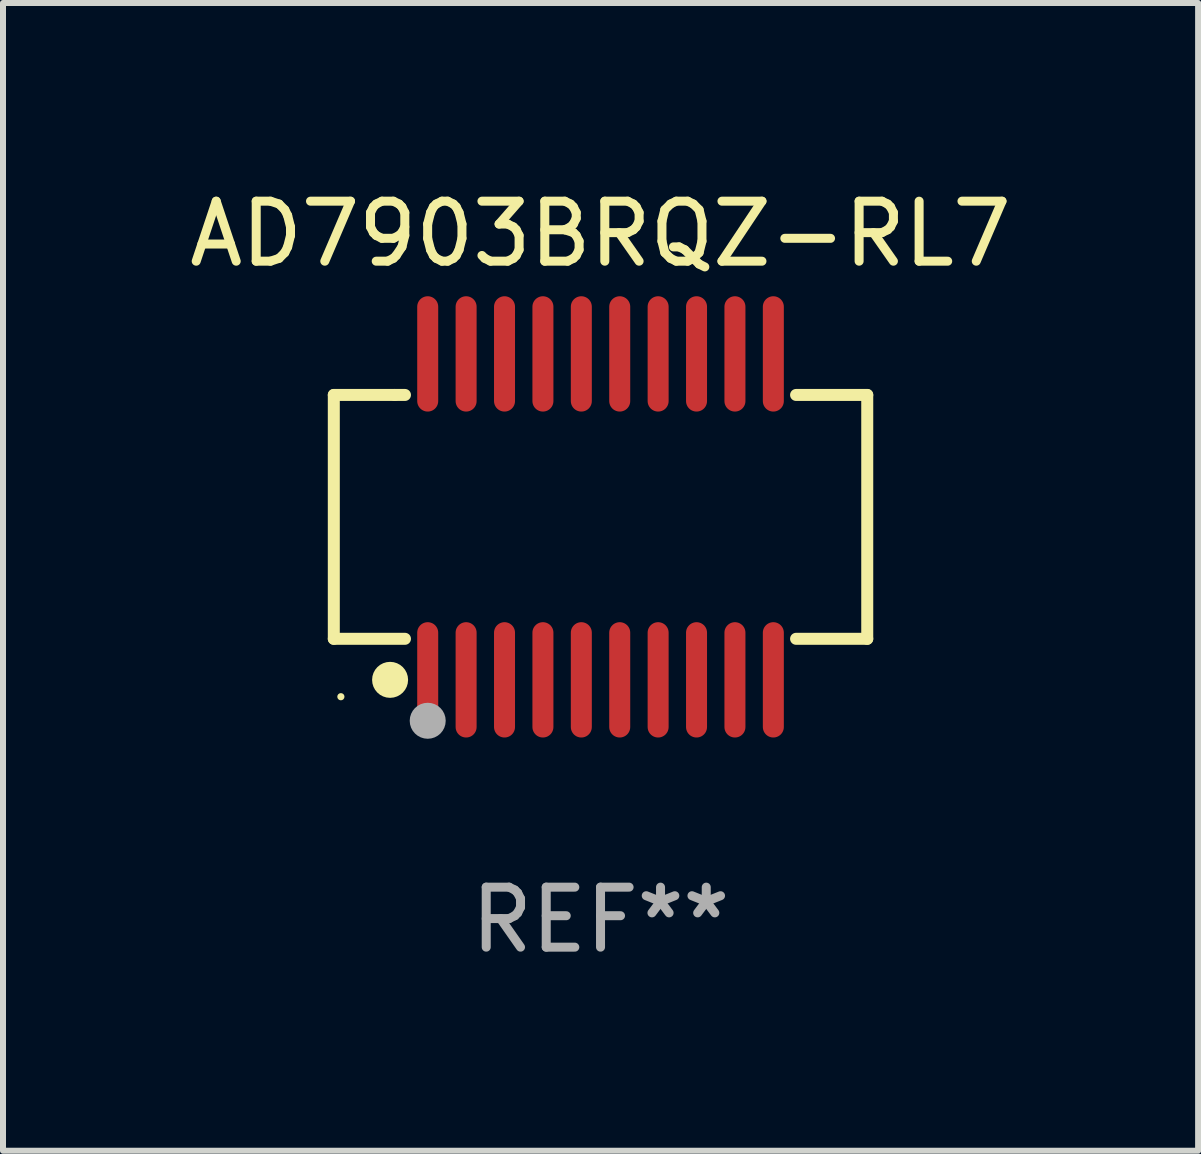
<source format=kicad_pcb>
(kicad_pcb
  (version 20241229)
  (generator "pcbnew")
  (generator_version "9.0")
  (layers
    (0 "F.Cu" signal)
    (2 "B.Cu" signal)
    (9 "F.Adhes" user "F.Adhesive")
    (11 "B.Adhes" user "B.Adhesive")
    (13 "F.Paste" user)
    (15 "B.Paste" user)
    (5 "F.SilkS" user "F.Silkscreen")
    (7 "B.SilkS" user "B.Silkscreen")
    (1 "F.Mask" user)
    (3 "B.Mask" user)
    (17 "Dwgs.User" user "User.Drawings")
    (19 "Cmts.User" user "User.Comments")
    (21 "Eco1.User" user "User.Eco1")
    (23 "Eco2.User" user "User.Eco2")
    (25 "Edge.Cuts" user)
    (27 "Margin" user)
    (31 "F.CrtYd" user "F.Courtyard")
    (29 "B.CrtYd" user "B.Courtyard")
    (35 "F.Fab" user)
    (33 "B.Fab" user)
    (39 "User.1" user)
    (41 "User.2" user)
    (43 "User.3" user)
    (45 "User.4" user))
  (footprint "AD7903BRQZ-RL7"
    (layer "F.Cu")
    (at 6.958 5.564)
    (property "Reference" "AD7903BRQZ-RL7" (at 0 -4.716 0) (layer "F.SilkS") (effects (font (size 1 1) (thickness 0.15))))
    (attr through_hole)
    (fp_line (start -4.445 -2.032) (end -4.445 2.032) (stroke (width 0.2) (type solid)) (layer "F.SilkS"))
    (fp_line (start -4.445 2.032) (end -3.259 2.032) (stroke (width 0.2) (type solid)) (layer "F.SilkS"))
    (fp_line (start -3.429 -2.032) (end -4.445 -2.032) (stroke (width 0.2) (type solid)) (layer "F.SilkS"))
    (fp_line (start -3.259 -2.032) (end -3.429 -2.032) (stroke (width 0.2) (type solid)) (layer "F.SilkS"))
    (fp_line (start 3.259 2.032) (end 4.445 2.032) (stroke (width 0.2) (type solid)) (layer "F.SilkS"))
    (fp_line (start 4.445 -2.032) (end 3.259 -2.032) (stroke (width 0.2) (type solid)) (layer "F.SilkS"))
    (fp_line (start 4.445 2.032) (end 4.445 -2.032) (stroke (width 0.2) (type solid)) (layer "F.SilkS"))
    (fp_circle (center -4.327 2.997) (end -4.297 2.997) (stroke (width 0.06) (type solid)) (fill no) (layer "F.SilkS"))
    (fp_circle (center -3.507 2.716) (end -3.357 2.716) (stroke (width 0.3) (type solid)) (fill no) (layer "F.SilkS"))
    (fp_circle (center -2.88 3.398) (end -2.73 3.398) (stroke (width 0.3) (type solid)) (fill no) (layer "F.Fab"))
    (fp_text user "REF**" (at 0 6.716 0) (layer "F.Fab") (effects (font (size 1 1) (thickness 0.15))))
    (pad "1" smd oval (at -2.88 2.716) (size 0.35 1.922) (layers "F.Cu" "F.Mask" "F.Paste"))
    (pad "2" smd oval (at -2.24 2.716) (size 0.35 1.922) (layers "F.Cu" "F.Mask" "F.Paste"))
    (pad "3" smd oval (at -1.6 2.716) (size 0.35 1.922) (layers "F.Cu" "F.Mask" "F.Paste"))
    (pad "4" smd oval (at -0.96 2.716) (size 0.35 1.922) (layers "F.Cu" "F.Mask" "F.Paste"))
    (pad "5" smd oval (at -0.32 2.716) (size 0.35 1.922) (layers "F.Cu" "F.Mask" "F.Paste"))
    (pad "6" smd oval (at 0.32 2.716) (size 0.35 1.922) (layers "F.Cu" "F.Mask" "F.Paste"))
    (pad "7" smd oval (at 0.96 2.716) (size 0.35 1.922) (layers "F.Cu" "F.Mask" "F.Paste"))
    (pad "8" smd oval (at 1.6 2.716) (size 0.35 1.922) (layers "F.Cu" "F.Mask" "F.Paste"))
    (pad "9" smd oval (at 2.24 2.716) (size 0.35 1.922) (layers "F.Cu" "F.Mask" "F.Paste"))
    (pad "10" smd oval (at 2.88 2.716) (size 0.35 1.922) (layers "F.Cu" "F.Mask" "F.Paste"))
    (pad "11" smd oval (at 2.88 -2.716) (size 0.35 1.922) (layers "F.Cu" "F.Mask" "F.Paste"))
    (pad "12" smd oval (at 2.24 -2.716) (size 0.35 1.922) (layers "F.Cu" "F.Mask" "F.Paste"))
    (pad "13" smd oval (at 1.6 -2.716) (size 0.35 1.922) (layers "F.Cu" "F.Mask" "F.Paste"))
    (pad "14" smd oval (at 0.96 -2.716) (size 0.35 1.922) (layers "F.Cu" "F.Mask" "F.Paste"))
    (pad "15" smd oval (at 0.32 -2.716) (size 0.35 1.922) (layers "F.Cu" "F.Mask" "F.Paste"))
    (pad "16" smd oval (at -0.32 -2.716) (size 0.35 1.922) (layers "F.Cu" "F.Mask" "F.Paste"))
    (pad "17" smd oval (at -0.96 -2.716) (size 0.35 1.922) (layers "F.Cu" "F.Mask" "F.Paste"))
    (pad "18" smd oval (at -1.6 -2.716) (size 0.35 1.922) (layers "F.Cu" "F.Mask" "F.Paste"))
    (pad "19" smd oval (at -2.24 -2.716) (size 0.35 1.922) (layers "F.Cu" "F.Mask" "F.Paste"))
    (pad "20" smd oval (at -2.88 -2.716) (size 0.35 1.922) (layers "F.Cu" "F.Mask" "F.Paste")))
  (gr_rect
    (start -3 -3)
    (end 16.917 16.128)
    (stroke (width 0.1) (type default))
    (fill no)
    (layer "Edge.Cuts")))
</source>
